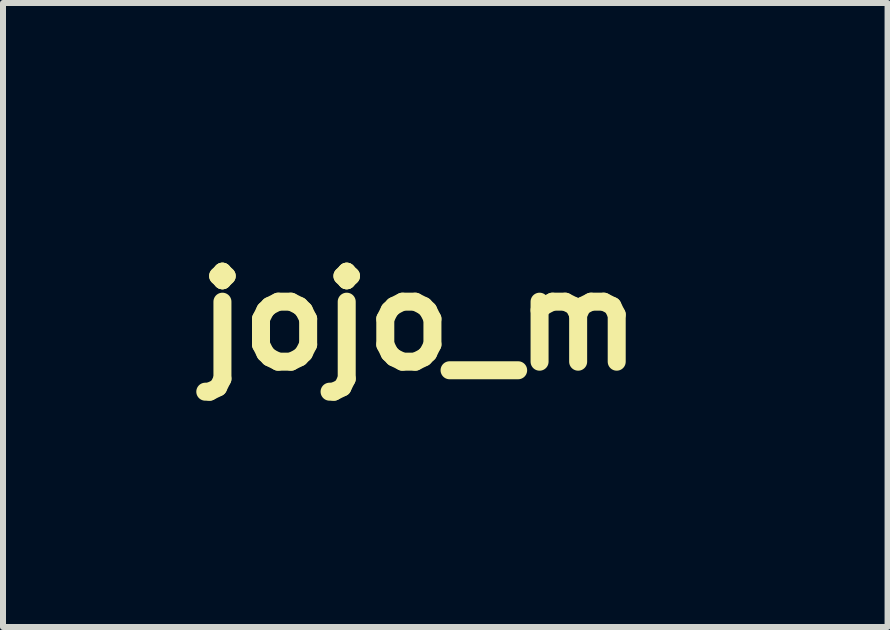
<source format=kicad_pcb>
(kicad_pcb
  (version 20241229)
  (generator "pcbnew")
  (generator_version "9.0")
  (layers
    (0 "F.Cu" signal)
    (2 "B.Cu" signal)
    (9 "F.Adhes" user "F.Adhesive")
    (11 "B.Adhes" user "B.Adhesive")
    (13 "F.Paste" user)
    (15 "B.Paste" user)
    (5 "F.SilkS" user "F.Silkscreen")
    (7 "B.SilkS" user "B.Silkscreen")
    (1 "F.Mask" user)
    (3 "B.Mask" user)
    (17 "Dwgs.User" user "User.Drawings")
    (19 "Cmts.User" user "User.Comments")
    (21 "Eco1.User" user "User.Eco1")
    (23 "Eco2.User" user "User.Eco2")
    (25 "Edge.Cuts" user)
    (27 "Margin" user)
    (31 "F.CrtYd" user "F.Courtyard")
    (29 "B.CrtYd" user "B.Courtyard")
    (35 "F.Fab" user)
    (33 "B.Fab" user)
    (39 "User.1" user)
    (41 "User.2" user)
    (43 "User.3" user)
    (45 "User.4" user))
  (footprint "jojo_m"
    (layer "F.Cu")
    (at 3.943 2.3)
    (property "Reference" "jojo_m" (at 0 0 0) (layer "F.SilkS") (effects (font (size 1.5 1.5) (thickness 0.3))))
    (attr board_only exclude_from_pos_files exclude_from_bom)
    (fp_poly (pts (xy 3.8 -0.95) (xy 3.808 -0.912) (xy 3.841 -0.9) (xy 3.85 -0.9) (xy 3.888 -0.892) (xy 3.9 -0.859) (xy 3.9 -0.85) (xy 3.908 -0.812) (xy 3.941 -0.8) (xy 3.95 -0.8) (xy 4 -0.8) (xy 4 -0.6) (xy 4 -0.4) (xy 3.8 -0.4) (xy 3.6 -0.4) (xy 3.6 -0.45) (xy 3.592 -0.488) (xy 3.559 -0.5) (xy 3.55 -0.5) (xy 3.52 -0.503) (xy 3.506 -0.52) (xy 3.5 -0.56) (xy 3.5 -0.6) (xy 3.498 -0.659) (xy 3.49 -0.689) (xy 3.47 -0.699) (xy 3.45 -0.7) (xy 3.425 -0.702) (xy 3.41 -0.713) (xy 3.402 -0.742) (xy 3.4 -0.797) (xy 3.4 -0.85) (xy 3.4 -1) (xy 3.6 -1) (xy 3.8 -1)) (stroke (width 0) (type solid)) (fill yes) (layer "F.Mask"))
    (fp_poly (pts (xy -0.074 -2.299) (xy -0.029 -2.296) (xy -0.007 -2.286) (xy -0.001 -2.268) (xy 0 -2.25) (xy 0.008 -2.212) (xy 0.041 -2.2) (xy 0.05 -2.2) (xy 0.08 -2.197) (xy 0.094 -2.18) (xy 0.1 -2.14) (xy 0.1 -2.1) (xy 0.102 -2.041) (xy 0.11 -2.011) (xy 0.13 -2.001) (xy 0.15 -2) (xy 0.18 -1.997) (xy 0.194 -1.98) (xy 0.2 -1.94) (xy 0.2 -1.9) (xy 0.202 -1.841) (xy 0.21 -1.811) (xy 0.23 -1.801) (xy 0.25 -1.8) (xy 0.3 -1.8) (xy 0.3 -1.6) (xy 0.3 -1.4) (xy 0.1 -1.4) (xy -0.1 -1.4) (xy -0.1 -1.5) (xy -0.102 -1.559) (xy -0.11 -1.589) (xy -0.13 -1.599) (xy -0.15 -1.6) (xy -0.175 -1.602) (xy -0.19 -1.613) (xy -0.198 -1.642) (xy -0.2 -1.697) (xy -0.2 -1.75) (xy -0.201 -1.826) (xy -0.204 -1.871) (xy -0.214 -1.893) (xy -0.232 -1.899) (xy -0.25 -1.9) (xy -0.3 -1.9) (xy -0.3 -2.1) (xy -0.3 -2.3) (xy -0.15 -2.3)) (stroke (width 0) (type solid)) (fill yes) (layer "F.Mask"))
    (fp_poly (pts (xy -0.741 -1.898) (xy -0.711 -1.89) (xy -0.701 -1.87) (xy -0.7 -1.85) (xy -0.698 -1.825) (xy -0.687 -1.81) (xy -0.658 -1.802) (xy -0.603 -1.8) (xy -0.55 -1.8) (xy -0.4 -1.8) (xy -0.4 -1.65) (xy -0.4 -1.5) (xy -0.3 -1.5) (xy -0.2 -1.5) (xy -0.2 -1.3) (xy -0.2 -1.1) (xy -0.35 -1.1) (xy -0.426 -1.101) (xy -0.471 -1.104) (xy -0.493 -1.114) (xy -0.499 -1.132) (xy -0.5 -1.15) (xy -0.503 -1.18) (xy -0.52 -1.194) (xy -0.56 -1.2) (xy -0.6 -1.2) (xy -0.7 -1.2) (xy -0.7 -1.3) (xy -0.7 -1.4) (xy -0.8 -1.4) (xy -0.859 -1.402) (xy -0.889 -1.41) (xy -0.899 -1.43) (xy -0.9 -1.45) (xy -0.908 -1.488) (xy -0.941 -1.5) (xy -0.95 -1.5) (xy -0.975 -1.502) (xy -0.99 -1.513) (xy -0.998 -1.542) (xy -1 -1.597) (xy -1 -1.65) (xy -0.999 -1.726) (xy -0.996 -1.771) (xy -0.986 -1.793) (xy -0.968 -1.799) (xy -0.95 -1.8) (xy -0.912 -1.808) (xy -0.9 -1.841) (xy -0.9 -1.85) (xy -0.897 -1.88) (xy -0.88 -1.894) (xy -0.84 -1.9) (xy -0.8 -1.9)) (stroke (width 0) (type solid)) (fill yes) (layer "F.Mask"))
    (fp_poly (pts (xy 4.226 -1.499) (xy 4.271 -1.496) (xy 4.293 -1.486) (xy 4.299 -1.468) (xy 4.3 -1.45) (xy 4.302 -1.425) (xy 4.313 -1.41) (xy 4.342 -1.402) (xy 4.397 -1.4) (xy 4.45 -1.4) (xy 4.526 -1.399) (xy 4.571 -1.396) (xy 4.593 -1.386) (xy 4.599 -1.368) (xy 4.6 -1.35) (xy 4.608 -1.312) (xy 4.641 -1.3) (xy 4.65 -1.3) (xy 4.68 -1.297) (xy 4.694 -1.28) (xy 4.7 -1.24) (xy 4.7 -1.2) (xy 4.702 -1.141) (xy 4.71 -1.111) (xy 4.73 -1.101) (xy 4.75 -1.1) (xy 4.8 -1.1) (xy 4.8 -0.9) (xy 4.8 -0.7) (xy 4.75 -0.7) (xy 4.712 -0.692) (xy 4.7 -0.659) (xy 4.7 -0.65) (xy 4.697 -0.62) (xy 4.68 -0.606) (xy 4.64 -0.6) (xy 4.6 -0.6) (xy 4.541 -0.602) (xy 4.511 -0.61) (xy 4.501 -0.63) (xy 4.5 -0.65) (xy 4.497 -0.68) (xy 4.48 -0.694) (xy 4.44 -0.7) (xy 4.4 -0.7) (xy 4.341 -0.702) (xy 4.311 -0.71) (xy 4.301 -0.73) (xy 4.3 -0.75) (xy 4.292 -0.788) (xy 4.259 -0.8) (xy 4.25 -0.8) (xy 4.22 -0.803) (xy 4.206 -0.82) (xy 4.2 -0.86) (xy 4.2 -0.9) (xy 4.198 -0.959) (xy 4.19 -0.989) (xy 4.17 -0.999) (xy 4.15 -1) (xy 4.112 -1.008) (xy 4.1 -1.041) (xy 4.1 -1.05) (xy 4.092 -1.088) (xy 4.059 -1.1) (xy 4.05 -1.1) (xy 4 -1.1) (xy 4 -1.3) (xy 4 -1.5) (xy 4.15 -1.5)) (stroke (width 0) (type solid)) (fill yes) (layer "F.Mask"))
    (fp_poly (pts (xy -3.574 -1.299) (xy -3.529 -1.296) (xy -3.507 -1.286) (xy -3.501 -1.268) (xy -3.5 -1.25) (xy -3.492 -1.212) (xy -3.459 -1.2) (xy -3.45 -1.2) (xy -3.412 -1.192) (xy -3.4 -1.159) (xy -3.4 -1.15) (xy -3.398 -1.125) (xy -3.387 -1.11) (xy -3.358 -1.102) (xy -3.303 -1.1) (xy -3.25 -1.1) (xy -3.174 -1.099) (xy -3.129 -1.096) (xy -3.107 -1.086) (xy -3.101 -1.068) (xy -3.1 -1.05) (xy -3.098 -1.025) (xy -3.087 -1.01) (xy -3.058 -1.002) (xy -3.003 -1) (xy -2.95 -1) (xy -2.874 -1.001) (xy -2.829 -1.004) (xy -2.807 -1.014) (xy -2.801 -1.032) (xy -2.8 -1.05) (xy -2.8 -1.1) (xy -2.5 -1.1) (xy -2.2 -1.1) (xy -2.2 -1.15) (xy -2.2 -1.2) (xy -2 -1.2) (xy -1.8 -1.2) (xy -1.8 -1.25) (xy -1.8 -1.3) (xy -1.3 -1.3) (xy -0.8 -1.3) (xy -0.8 -1.05) (xy -0.8 -0.8) (xy -0.75 -0.8) (xy -0.7 -0.8) (xy -0.7 -0.3) (xy -0.7 0.2) (xy -0.65 0.2) (xy -0.6 0.2) (xy -0.6 0.45) (xy -0.6 0.7) (xy -0.65 0.7) (xy -0.675 0.702) (xy -0.69 0.713) (xy -0.698 0.742) (xy -0.7 0.797) (xy -0.7 0.85) (xy -0.7 1) (xy -0.8 1) (xy -0.859 1.002) (xy -0.889 1.01) (xy -0.899 1.03) (xy -0.9 1.05) (xy -0.9 1.1) (xy -1.8 1.1) (xy -2.7 1.1) (xy -2.7 1.15) (xy -2.7 1.2) (xy -3.2 1.2) (xy -3.7 1.2) (xy -3.7 1.15) (xy -3.708 1.112) (xy -3.741 1.1) (xy -3.75 1.1) (xy -3.788 1.092) (xy -3.8 1.059) (xy -3.8 1.05) (xy -3.808 1.012) (xy -3.841 1) (xy -3.85 1) (xy -3.9 1) (xy -3.9 0.6) (xy -3.9 0.2) (xy -3.85 0.2) (xy -3.812 0.192) (xy -3.8 0.159) (xy -3.8 0.15) (xy -3.792 0.112) (xy -3.759 0.1) (xy -3.75 0.1) (xy -3.712 0.092) (xy -3.7 0.059) (xy -3.7 0.05) (xy -3.698 0.025) (xy -3.687 0.01) (xy -3.658 0.002) (xy -3.603 0.000183) (xy -3.55 0) (xy -3.474 0.001) (xy -3.429 0.004) (xy -3.407 0.014) (xy -3.401 0.032) (xy -3.4 0.05) (xy -3.397 0.08) (xy -3.38 0.094) (xy -3.34 0.1) (xy -3.3 0.1) (xy -3.241 0.102) (xy -3.211 0.11) (xy -3.201 0.13) (xy -3.2 0.15) (xy -3.197 0.18) (xy -3.18 0.194) (xy -3.14 0.2) (xy -3.1 0.2) (xy -3.041 0.202) (xy -3.011 0.21) (xy -3.001 0.23) (xy -3 0.25) (xy -3 0.3) (xy -2.25 0.3) (xy -1.5 0.3) (xy -1.5 0.25) (xy -1.492 0.212) (xy -1.459 0.2) (xy -1.45 0.2) (xy -1.425 0.198) (xy -1.41 0.187) (xy -1.402 0.158) (xy -1.4 0.103) (xy -1.4 0.05) (xy -1.401 -0.026) (xy -1.404 -0.071) (xy -1.414 -0.093) (xy -1.432 -0.099) (xy -1.45 -0.1) (xy -1.475 -0.102) (xy -1.49 -0.113) (xy -1.498 -0.142) (xy -1.5 -0.197) (xy -1.5 -0.25) (xy -1.5 -0.4) (xy -2.1 -0.4) (xy -2.7 -0.4) (xy -2.7 -0.35) (xy -2.7 -0.3) (xy -2.95 -0.3) (xy -3.2 -0.3) (xy -3.2 -0.25) (xy -3.2 -0.2) (xy -3.4 -0.2) (xy -3.6 -0.2) (xy -3.6 -0.25) (xy -3.603 -0.28) (xy -3.62 -0.294) (xy -3.66 -0.3) (xy -3.7 -0.3) (xy -3.759 -0.302) (xy -3.789 -0.31) (xy -3.799 -0.33) (xy -3.8 -0.35) (xy -3.808 -0.388) (xy -3.841 -0.4) (xy -3.85 -0.4) (xy -3.9 -0.4) (xy -3.9 -0.7) (xy -3.9 -1) (xy -3.85 -1) (xy -3.825 -1.002) (xy -3.81 -1.013) (xy -3.802 -1.042) (xy -3.8 -1.097) (xy -3.8 -1.15) (xy -3.8 -1.3) (xy -3.65 -1.3)) (stroke (width 0) (type solid)) (fill yes) (layer "F.Mask"))
    (fp_poly (pts (xy 3.4 -0.35) (xy 3.408 -0.312) (xy 3.441 -0.3) (xy 3.45 -0.3) (xy 3.5 -0.3) (xy 3.5 0) (xy 3.5 0.3) (xy 3.55 0.3) (xy 3.6 0.3) (xy 3.6 0.65) (xy 3.6 1) (xy 3.65 1) (xy 3.675 1.002) (xy 3.69 1.013) (xy 3.698 1.042) (xy 3.7 1.097) (xy 3.7 1.15) (xy 3.701 1.226) (xy 3.704 1.271) (xy 3.714 1.293) (xy 3.732 1.299) (xy 3.75 1.3) (xy 3.8 1.3) (xy 3.8 1.5) (xy 3.8 1.7) (xy 3.75 1.7) (xy 3.712 1.708) (xy 3.7 1.741) (xy 3.7 1.75) (xy 3.692 1.788) (xy 3.659 1.8) (xy 3.65 1.8) (xy 3.612 1.808) (xy 3.6 1.841) (xy 3.6 1.85) (xy 3.598 1.875) (xy 3.587 1.89) (xy 3.558 1.898) (xy 3.503 1.9) (xy 3.45 1.9) (xy 3.374 1.901) (xy 3.329 1.904) (xy 3.307 1.914) (xy 3.301 1.932) (xy 3.3 1.95) (xy 3.298 1.975) (xy 3.287 1.99) (xy 3.258 1.998) (xy 3.203 2) (xy 3.15 2) (xy 3.074 2.001) (xy 3.029 2.004) (xy 3.007 2.014) (xy 3.001 2.032) (xy 3 2.05) (xy 3 2.1) (xy 2.1 2.1) (xy 1.2 2.1) (xy 1.2 2.05) (xy 1.2 2) (xy 0.6 2) (xy 0 2) (xy 0 1.9) (xy -0.002 1.841) (xy -0.01 1.811) (xy -0.03 1.801) (xy -0.05 1.8) (xy -0.1 1.8) (xy -0.1 1.6) (xy -0.1 1.4) (xy -0.05 1.4) (xy -0.02 1.397) (xy -0.006 1.38) (xy -0.000474 1.34) (xy 0 1.3) (xy 0.002 1.241) (xy 0.01 1.211) (xy 0.03 1.201) (xy 0.05 1.2) (xy 0.088 1.192) (xy 0.1 1.159) (xy 0.1 1.15) (xy 0.103 1.12) (xy 0.12 1.106) (xy 0.16 1.1) (xy 0.2 1.1) (xy 0.259 1.098) (xy 0.289 1.09) (xy 0.299 1.07) (xy 0.3 1.05) (xy 0.3 1) (xy 0.6 1) (xy 0.9 1) (xy 0.9 1.05) (xy 0.903 1.08) (xy 0.92 1.094) (xy 0.96 1.1) (xy 1 1.1) (xy 1.059 1.102) (xy 1.089 1.11) (xy 1.099 1.13) (xy 1.1 1.15) (xy 1.1 1.2) (xy 1.3 1.2) (xy 1.5 1.2) (xy 1.5 1.25) (xy 1.502 1.275) (xy 1.513 1.29) (xy 1.542 1.298) (xy 1.597 1.3) (xy 1.65 1.3) (xy 1.726 1.301) (xy 1.771 1.304) (xy 1.793 1.314) (xy 1.799 1.332) (xy 1.8 1.35) (xy 1.8 1.4) (xy 2.25 1.4) (xy 2.7 1.4) (xy 2.7 1.35) (xy 2.708 1.312) (xy 2.741 1.3) (xy 2.75 1.3) (xy 2.788 1.292) (xy 2.8 1.259) (xy 2.8 1.25) (xy 2.808 1.212) (xy 2.841 1.2) (xy 2.85 1.2) (xy 2.88 1.197) (xy 2.894 1.18) (xy 2.9 1.14) (xy 2.9 1.1) (xy 2.902 1.041) (xy 2.91 1.011) (xy 2.93 1.001) (xy 2.95 1) (xy 3 1) (xy 3 0.75) (xy 3 0.5) (xy 2.95 0.5) (xy 2.912 0.492) (xy 2.9 0.459) (xy 2.9 0.45) (xy 2.9 0.4) (xy 2.7 0.4) (xy 2.5 0.4) (xy 2.5 0.35) (xy 2.498 0.325) (xy 2.487 0.31) (xy 2.458 0.302) (xy 2.403 0.3) (xy 2.35 0.3) (xy 2.274 0.301) (xy 2.229 0.304) (xy 2.207 0.314) (xy 2.201 0.332) (xy 2.2 0.35) (xy 2.2 0.4) (xy 1.95 0.4) (xy 1.7 0.4) (xy 1.7 0.45) (xy 1.7 0.5) (xy 1.4 0.5) (xy 1.1 0.5) (xy 1.1 0.55) (xy 1.1 0.6) (xy 0.75 0.6) (xy 0.4 0.6) (xy 0.4 0.55) (xy 0.392 0.512) (xy 0.359 0.5) (xy 0.35 0.5) (xy 0.325 0.498) (xy 0.31 0.487) (xy 0.302 0.458) (xy 0.3 0.403) (xy 0.3 0.35) (xy 0.299 0.274) (xy 0.296 0.229) (xy 0.286 0.207) (xy 0.268 0.201) (xy 0.25 0.2) (xy 0.22 0.197) (xy 0.206 0.18) (xy 0.2 0.14) (xy 0.2 0.1) (xy 0.202 0.041) (xy 0.21 0.011) (xy 0.23 0.001) (xy 0.25 0) (xy 0.28 -0.003) (xy 0.294 -0.02) (xy 0.3 -0.06) (xy 0.3 -0.1) (xy 0.302 -0.159) (xy 0.31 -0.189) (xy 0.33 -0.199) (xy 0.35 -0.2) (xy 0.388 -0.208) (xy 0.4 -0.241) (xy 0.4 -0.25) (xy 0.403 -0.28) (xy 0.42 -0.294) (xy 0.46 -0.3) (xy 0.5 -0.3) (xy 0.559 -0.298) (xy 0.589 -0.29) (xy 0.599 -0.27) (xy 0.6 -0.25) (xy 0.603 -0.22) (xy 0.62 -0.206) (xy 0.66 -0.2) (xy 0.7 -0.2) (xy 0.759 -0.198) (xy 0.789 -0.19) (xy 0.799 -0.17) (xy 0.8 -0.15) (xy 0.803 -0.12) (xy 0.82 -0.106) (xy 0.86 -0.1) (xy 0.9 -0.1) (xy 0.959 -0.098) (xy 0.989 -0.09) (xy 0.999 -0.07) (xy 1 -0.05) (xy 1 0) (xy 1.2 0) (xy 1.4 0) (xy 1.4 -0.05) (xy 1.4 -0.1) (xy 1.7 -0.1) (xy 2 -0.1) (xy 2 -0.15) (xy 2.002 -0.175) (xy 2.013 -0.19) (xy 2.042 -0.198) (xy 2.097 -0.2) (xy 2.15 -0.2) (xy 2.226 -0.201) (xy 2.271 -0.204) (xy 2.293 -0.214) (xy 2.299 -0.232) (xy 2.3 -0.25) (xy 2.3 -0.3) (xy 2.6 -0.3) (xy 2.9 -0.3) (xy 2.9 -0.35) (xy 2.9 -0.4) (xy 3.15 -0.4) (xy 3.4 -0.4)) (stroke (width 0) (type solid)) (fill yes) (layer "F.Mask")))
  (gr_rect
    (start -3 -3)
    (end 11.743 7.4)
    (stroke (width 0.1) (type default))
    (fill no)
    (layer "Edge.Cuts")))
</source>
